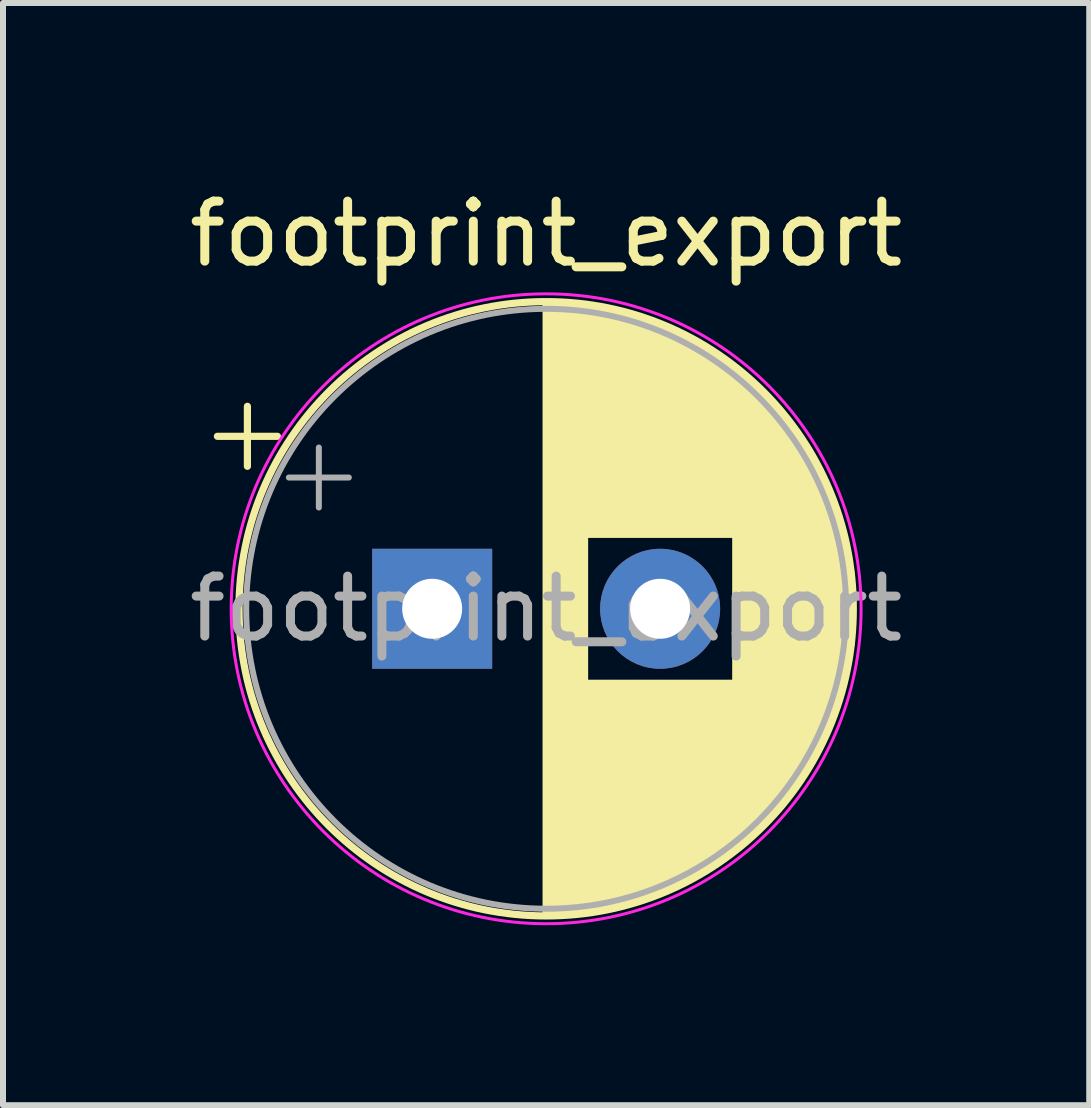
<source format=kicad_pcb>
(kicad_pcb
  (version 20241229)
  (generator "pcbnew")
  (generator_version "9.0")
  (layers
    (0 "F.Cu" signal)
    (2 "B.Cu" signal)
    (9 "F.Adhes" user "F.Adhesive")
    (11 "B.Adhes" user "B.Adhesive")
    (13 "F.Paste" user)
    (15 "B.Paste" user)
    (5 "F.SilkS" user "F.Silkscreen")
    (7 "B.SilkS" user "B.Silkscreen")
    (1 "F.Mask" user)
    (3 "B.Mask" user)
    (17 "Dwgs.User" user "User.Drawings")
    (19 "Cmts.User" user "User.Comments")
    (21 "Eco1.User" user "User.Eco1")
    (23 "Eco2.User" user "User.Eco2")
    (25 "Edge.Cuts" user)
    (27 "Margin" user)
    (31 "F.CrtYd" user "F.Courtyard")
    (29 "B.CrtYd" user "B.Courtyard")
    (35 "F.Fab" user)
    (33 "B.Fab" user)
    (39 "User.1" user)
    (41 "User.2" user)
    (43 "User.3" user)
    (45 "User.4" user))
  (footprint "footprint_export"
    (layer "F.Cu")
    (at 4.154 7.098)
    (property "Reference" "footprint_export" (at 1.9 -6.25 0) (layer "F.SilkS") (effects (font (size 1 1) (thickness 0.15))))
    (attr through_hole)
    (fp_line (start -3.58 -2.875) (end -2.58 -2.875) (stroke (width 0.12) (type solid)) (layer "F.SilkS"))
    (fp_line (start -3.08 -3.375) (end -3.08 -2.375) (stroke (width 0.12) (type solid)) (layer "F.SilkS"))
    (fp_line (start 1.9 -5.08) (end 1.9 5.08) (stroke (width 0.12) (type solid)) (layer "F.SilkS"))
    (fp_line (start 1.94 -5.08) (end 1.94 5.08) (stroke (width 0.12) (type solid)) (layer "F.SilkS"))
    (fp_line (start 1.98 -5.08) (end 1.98 5.08) (stroke (width 0.12) (type solid)) (layer "F.SilkS"))
    (fp_line (start 2.02 -5.079) (end 2.02 5.079) (stroke (width 0.12) (type solid)) (layer "F.SilkS"))
    (fp_line (start 2.06 -5.078) (end 2.06 5.078) (stroke (width 0.12) (type solid)) (layer "F.SilkS"))
    (fp_line (start 2.1 -5.077) (end 2.1 5.077) (stroke (width 0.12) (type solid)) (layer "F.SilkS"))
    (fp_line (start 2.14 -5.075) (end 2.14 5.075) (stroke (width 0.12) (type solid)) (layer "F.SilkS"))
    (fp_line (start 2.18 -5.073) (end 2.18 5.073) (stroke (width 0.12) (type solid)) (layer "F.SilkS"))
    (fp_line (start 2.22 -5.07) (end 2.22 5.07) (stroke (width 0.12) (type solid)) (layer "F.SilkS"))
    (fp_line (start 2.26 -5.068) (end 2.26 5.068) (stroke (width 0.12) (type solid)) (layer "F.SilkS"))
    (fp_line (start 2.3 -5.065) (end 2.3 5.065) (stroke (width 0.12) (type solid)) (layer "F.SilkS"))
    (fp_line (start 2.34 -5.062) (end 2.34 5.062) (stroke (width 0.12) (type solid)) (layer "F.SilkS"))
    (fp_line (start 2.38 -5.058) (end 2.38 5.058) (stroke (width 0.12) (type solid)) (layer "F.SilkS"))
    (fp_line (start 2.42 -5.054) (end 2.42 5.054) (stroke (width 0.12) (type solid)) (layer "F.SilkS"))
    (fp_line (start 2.46 -5.05) (end 2.46 5.05) (stroke (width 0.12) (type solid)) (layer "F.SilkS"))
    (fp_line (start 2.5 -5.045) (end 2.5 5.045) (stroke (width 0.12) (type solid)) (layer "F.SilkS"))
    (fp_line (start 2.54 -5.04) (end 2.54 5.04) (stroke (width 0.12) (type solid)) (layer "F.SilkS"))
    (fp_line (start 2.58 -5.035) (end 2.58 -1.241) (stroke (width 0.12) (type solid)) (layer "F.SilkS"))
    (fp_line (start 2.58 1.241) (end 2.58 5.035) (stroke (width 0.12) (type solid)) (layer "F.SilkS"))
    (fp_line (start 2.621 -5.03) (end 2.621 -1.241) (stroke (width 0.12) (type solid)) (layer "F.SilkS"))
    (fp_line (start 2.621 1.241) (end 2.621 5.03) (stroke (width 0.12) (type solid)) (layer "F.SilkS"))
    (fp_line (start 2.661 -5.024) (end 2.661 -1.241) (stroke (width 0.12) (type solid)) (layer "F.SilkS"))
    (fp_line (start 2.661 1.241) (end 2.661 5.024) (stroke (width 0.12) (type solid)) (layer "F.SilkS"))
    (fp_line (start 2.701 -5.018) (end 2.701 -1.241) (stroke (width 0.12) (type solid)) (layer "F.SilkS"))
    (fp_line (start 2.701 1.241) (end 2.701 5.018) (stroke (width 0.12) (type solid)) (layer "F.SilkS"))
    (fp_line (start 2.741 -5.011) (end 2.741 -1.241) (stroke (width 0.12) (type solid)) (layer "F.SilkS"))
    (fp_line (start 2.741 1.241) (end 2.741 5.011) (stroke (width 0.12) (type solid)) (layer "F.SilkS"))
    (fp_line (start 2.781 -5.004) (end 2.781 -1.241) (stroke (width 0.12) (type solid)) (layer "F.SilkS"))
    (fp_line (start 2.781 1.241) (end 2.781 5.004) (stroke (width 0.12) (type solid)) (layer "F.SilkS"))
    (fp_line (start 2.821 -4.997) (end 2.821 -1.241) (stroke (width 0.12) (type solid)) (layer "F.SilkS"))
    (fp_line (start 2.821 1.241) (end 2.821 4.997) (stroke (width 0.12) (type solid)) (layer "F.SilkS"))
    (fp_line (start 2.861 -4.99) (end 2.861 -1.241) (stroke (width 0.12) (type solid)) (layer "F.SilkS"))
    (fp_line (start 2.861 1.241) (end 2.861 4.99) (stroke (width 0.12) (type solid)) (layer "F.SilkS"))
    (fp_line (start 2.901 -4.982) (end 2.901 -1.241) (stroke (width 0.12) (type solid)) (layer "F.SilkS"))
    (fp_line (start 2.901 1.241) (end 2.901 4.982) (stroke (width 0.12) (type solid)) (layer "F.SilkS"))
    (fp_line (start 2.941 -4.974) (end 2.941 -1.241) (stroke (width 0.12) (type solid)) (layer "F.SilkS"))
    (fp_line (start 2.941 1.241) (end 2.941 4.974) (stroke (width 0.12) (type solid)) (layer "F.SilkS"))
    (fp_line (start 2.981 -4.965) (end 2.981 -1.241) (stroke (width 0.12) (type solid)) (layer "F.SilkS"))
    (fp_line (start 2.981 1.241) (end 2.981 4.965) (stroke (width 0.12) (type solid)) (layer "F.SilkS"))
    (fp_line (start 3.021 -4.956) (end 3.021 -1.241) (stroke (width 0.12) (type solid)) (layer "F.SilkS"))
    (fp_line (start 3.021 1.241) (end 3.021 4.956) (stroke (width 0.12) (type solid)) (layer "F.SilkS"))
    (fp_line (start 3.061 -4.947) (end 3.061 -1.241) (stroke (width 0.12) (type solid)) (layer "F.SilkS"))
    (fp_line (start 3.061 1.241) (end 3.061 4.947) (stroke (width 0.12) (type solid)) (layer "F.SilkS"))
    (fp_line (start 3.101 -4.938) (end 3.101 -1.241) (stroke (width 0.12) (type solid)) (layer "F.SilkS"))
    (fp_line (start 3.101 1.241) (end 3.101 4.938) (stroke (width 0.12) (type solid)) (layer "F.SilkS"))
    (fp_line (start 3.141 -4.928) (end 3.141 -1.241) (stroke (width 0.12) (type solid)) (layer "F.SilkS"))
    (fp_line (start 3.141 1.241) (end 3.141 4.928) (stroke (width 0.12) (type solid)) (layer "F.SilkS"))
    (fp_line (start 3.181 -4.918) (end 3.181 -1.241) (stroke (width 0.12) (type solid)) (layer "F.SilkS"))
    (fp_line (start 3.181 1.241) (end 3.181 4.918) (stroke (width 0.12) (type solid)) (layer "F.SilkS"))
    (fp_line (start 3.221 -4.907) (end 3.221 -1.241) (stroke (width 0.12) (type solid)) (layer "F.SilkS"))
    (fp_line (start 3.221 1.241) (end 3.221 4.907) (stroke (width 0.12) (type solid)) (layer "F.SilkS"))
    (fp_line (start 3.261 -4.897) (end 3.261 -1.241) (stroke (width 0.12) (type solid)) (layer "F.SilkS"))
    (fp_line (start 3.261 1.241) (end 3.261 4.897) (stroke (width 0.12) (type solid)) (layer "F.SilkS"))
    (fp_line (start 3.301 -4.885) (end 3.301 -1.241) (stroke (width 0.12) (type solid)) (layer "F.SilkS"))
    (fp_line (start 3.301 1.241) (end 3.301 4.885) (stroke (width 0.12) (type solid)) (layer "F.SilkS"))
    (fp_line (start 3.341 -4.874) (end 3.341 -1.241) (stroke (width 0.12) (type solid)) (layer "F.SilkS"))
    (fp_line (start 3.341 1.241) (end 3.341 4.874) (stroke (width 0.12) (type solid)) (layer "F.SilkS"))
    (fp_line (start 3.381 -4.862) (end 3.381 -1.241) (stroke (width 0.12) (type solid)) (layer "F.SilkS"))
    (fp_line (start 3.381 1.241) (end 3.381 4.862) (stroke (width 0.12) (type solid)) (layer "F.SilkS"))
    (fp_line (start 3.421 -4.85) (end 3.421 -1.241) (stroke (width 0.12) (type solid)) (layer "F.SilkS"))
    (fp_line (start 3.421 1.241) (end 3.421 4.85) (stroke (width 0.12) (type solid)) (layer "F.SilkS"))
    (fp_line (start 3.461 -4.837) (end 3.461 -1.241) (stroke (width 0.12) (type solid)) (layer "F.SilkS"))
    (fp_line (start 3.461 1.241) (end 3.461 4.837) (stroke (width 0.12) (type solid)) (layer "F.SilkS"))
    (fp_line (start 3.501 -4.824) (end 3.501 -1.241) (stroke (width 0.12) (type solid)) (layer "F.SilkS"))
    (fp_line (start 3.501 1.241) (end 3.501 4.824) (stroke (width 0.12) (type solid)) (layer "F.SilkS"))
    (fp_line (start 3.541 -4.811) (end 3.541 -1.241) (stroke (width 0.12) (type solid)) (layer "F.SilkS"))
    (fp_line (start 3.541 1.241) (end 3.541 4.811) (stroke (width 0.12) (type solid)) (layer "F.SilkS"))
    (fp_line (start 3.581 -4.797) (end 3.581 -1.241) (stroke (width 0.12) (type solid)) (layer "F.SilkS"))
    (fp_line (start 3.581 1.241) (end 3.581 4.797) (stroke (width 0.12) (type solid)) (layer "F.SilkS"))
    (fp_line (start 3.621 -4.783) (end 3.621 -1.241) (stroke (width 0.12) (type solid)) (layer "F.SilkS"))
    (fp_line (start 3.621 1.241) (end 3.621 4.783) (stroke (width 0.12) (type solid)) (layer "F.SilkS"))
    (fp_line (start 3.661 -4.768) (end 3.661 -1.241) (stroke (width 0.12) (type solid)) (layer "F.SilkS"))
    (fp_line (start 3.661 1.241) (end 3.661 4.768) (stroke (width 0.12) (type solid)) (layer "F.SilkS"))
    (fp_line (start 3.701 -4.754) (end 3.701 -1.241) (stroke (width 0.12) (type solid)) (layer "F.SilkS"))
    (fp_line (start 3.701 1.241) (end 3.701 4.754) (stroke (width 0.12) (type solid)) (layer "F.SilkS"))
    (fp_line (start 3.741 -4.738) (end 3.741 -1.241) (stroke (width 0.12) (type solid)) (layer "F.SilkS"))
    (fp_line (start 3.741 1.241) (end 3.741 4.738) (stroke (width 0.12) (type solid)) (layer "F.SilkS"))
    (fp_line (start 3.781 -4.723) (end 3.781 -1.241) (stroke (width 0.12) (type solid)) (layer "F.SilkS"))
    (fp_line (start 3.781 1.241) (end 3.781 4.723) (stroke (width 0.12) (type solid)) (layer "F.SilkS"))
    (fp_line (start 3.821 -4.707) (end 3.821 -1.241) (stroke (width 0.12) (type solid)) (layer "F.SilkS"))
    (fp_line (start 3.821 1.241) (end 3.821 4.707) (stroke (width 0.12) (type solid)) (layer "F.SilkS"))
    (fp_line (start 3.861 -4.69) (end 3.861 -1.241) (stroke (width 0.12) (type solid)) (layer "F.SilkS"))
    (fp_line (start 3.861 1.241) (end 3.861 4.69) (stroke (width 0.12) (type solid)) (layer "F.SilkS"))
    (fp_line (start 3.901 -4.674) (end 3.901 -1.241) (stroke (width 0.12) (type solid)) (layer "F.SilkS"))
    (fp_line (start 3.901 1.241) (end 3.901 4.674) (stroke (width 0.12) (type solid)) (layer "F.SilkS"))
    (fp_line (start 3.941 -4.657) (end 3.941 -1.241) (stroke (width 0.12) (type solid)) (layer "F.SilkS"))
    (fp_line (start 3.941 1.241) (end 3.941 4.657) (stroke (width 0.12) (type solid)) (layer "F.SilkS"))
    (fp_line (start 3.981 -4.639) (end 3.981 -1.241) (stroke (width 0.12) (type solid)) (layer "F.SilkS"))
    (fp_line (start 3.981 1.241) (end 3.981 4.639) (stroke (width 0.12) (type solid)) (layer "F.SilkS"))
    (fp_line (start 4.021 -4.621) (end 4.021 -1.241) (stroke (width 0.12) (type solid)) (layer "F.SilkS"))
    (fp_line (start 4.021 1.241) (end 4.021 4.621) (stroke (width 0.12) (type solid)) (layer "F.SilkS"))
    (fp_line (start 4.061 -4.603) (end 4.061 -1.241) (stroke (width 0.12) (type solid)) (layer "F.SilkS"))
    (fp_line (start 4.061 1.241) (end 4.061 4.603) (stroke (width 0.12) (type solid)) (layer "F.SilkS"))
    (fp_line (start 4.101 -4.584) (end 4.101 -1.241) (stroke (width 0.12) (type solid)) (layer "F.SilkS"))
    (fp_line (start 4.101 1.241) (end 4.101 4.584) (stroke (width 0.12) (type solid)) (layer "F.SilkS"))
    (fp_line (start 4.141 -4.564) (end 4.141 -1.241) (stroke (width 0.12) (type solid)) (layer "F.SilkS"))
    (fp_line (start 4.141 1.241) (end 4.141 4.564) (stroke (width 0.12) (type solid)) (layer "F.SilkS"))
    (fp_line (start 4.181 -4.545) (end 4.181 -1.241) (stroke (width 0.12) (type solid)) (layer "F.SilkS"))
    (fp_line (start 4.181 1.241) (end 4.181 4.545) (stroke (width 0.12) (type solid)) (layer "F.SilkS"))
    (fp_line (start 4.221 -4.525) (end 4.221 -1.241) (stroke (width 0.12) (type solid)) (layer "F.SilkS"))
    (fp_line (start 4.221 1.241) (end 4.221 4.525) (stroke (width 0.12) (type solid)) (layer "F.SilkS"))
    (fp_line (start 4.261 -4.504) (end 4.261 -1.241) (stroke (width 0.12) (type solid)) (layer "F.SilkS"))
    (fp_line (start 4.261 1.241) (end 4.261 4.504) (stroke (width 0.12) (type solid)) (layer "F.SilkS"))
    (fp_line (start 4.301 -4.483) (end 4.301 -1.241) (stroke (width 0.12) (type solid)) (layer "F.SilkS"))
    (fp_line (start 4.301 1.241) (end 4.301 4.483) (stroke (width 0.12) (type solid)) (layer "F.SilkS"))
    (fp_line (start 4.341 -4.462) (end 4.341 -1.241) (stroke (width 0.12) (type solid)) (layer "F.SilkS"))
    (fp_line (start 4.341 1.241) (end 4.341 4.462) (stroke (width 0.12) (type solid)) (layer "F.SilkS"))
    (fp_line (start 4.381 -4.44) (end 4.381 -1.241) (stroke (width 0.12) (type solid)) (layer "F.SilkS"))
    (fp_line (start 4.381 1.241) (end 4.381 4.44) (stroke (width 0.12) (type solid)) (layer "F.SilkS"))
    (fp_line (start 4.421 -4.417) (end 4.421 -1.241) (stroke (width 0.12) (type solid)) (layer "F.SilkS"))
    (fp_line (start 4.421 1.241) (end 4.421 4.417) (stroke (width 0.12) (type solid)) (layer "F.SilkS"))
    (fp_line (start 4.461 -4.395) (end 4.461 -1.241) (stroke (width 0.12) (type solid)) (layer "F.SilkS"))
    (fp_line (start 4.461 1.241) (end 4.461 4.395) (stroke (width 0.12) (type solid)) (layer "F.SilkS"))
    (fp_line (start 4.501 -4.371) (end 4.501 -1.241) (stroke (width 0.12) (type solid)) (layer "F.SilkS"))
    (fp_line (start 4.501 1.241) (end 4.501 4.371) (stroke (width 0.12) (type solid)) (layer "F.SilkS"))
    (fp_line (start 4.541 -4.347) (end 4.541 -1.241) (stroke (width 0.12) (type solid)) (layer "F.SilkS"))
    (fp_line (start 4.541 1.241) (end 4.541 4.347) (stroke (width 0.12) (type solid)) (layer "F.SilkS"))
    (fp_line (start 4.581 -4.323) (end 4.581 -1.241) (stroke (width 0.12) (type solid)) (layer "F.SilkS"))
    (fp_line (start 4.581 1.241) (end 4.581 4.323) (stroke (width 0.12) (type solid)) (layer "F.SilkS"))
    (fp_line (start 4.621 -4.298) (end 4.621 -1.241) (stroke (width 0.12) (type solid)) (layer "F.SilkS"))
    (fp_line (start 4.621 1.241) (end 4.621 4.298) (stroke (width 0.12) (type solid)) (layer "F.SilkS"))
    (fp_line (start 4.661 -4.273) (end 4.661 -1.241) (stroke (width 0.12) (type solid)) (layer "F.SilkS"))
    (fp_line (start 4.661 1.241) (end 4.661 4.273) (stroke (width 0.12) (type solid)) (layer "F.SilkS"))
    (fp_line (start 4.701 -4.247) (end 4.701 -1.241) (stroke (width 0.12) (type solid)) (layer "F.SilkS"))
    (fp_line (start 4.701 1.241) (end 4.701 4.247) (stroke (width 0.12) (type solid)) (layer "F.SilkS"))
    (fp_line (start 4.741 -4.221) (end 4.741 -1.241) (stroke (width 0.12) (type solid)) (layer "F.SilkS"))
    (fp_line (start 4.741 1.241) (end 4.741 4.221) (stroke (width 0.12) (type solid)) (layer "F.SilkS"))
    (fp_line (start 4.781 -4.194) (end 4.781 -1.241) (stroke (width 0.12) (type solid)) (layer "F.SilkS"))
    (fp_line (start 4.781 1.241) (end 4.781 4.194) (stroke (width 0.12) (type solid)) (layer "F.SilkS"))
    (fp_line (start 4.821 -4.166) (end 4.821 -1.241) (stroke (width 0.12) (type solid)) (layer "F.SilkS"))
    (fp_line (start 4.821 1.241) (end 4.821 4.166) (stroke (width 0.12) (type solid)) (layer "F.SilkS"))
    (fp_line (start 4.861 -4.138) (end 4.861 -1.241) (stroke (width 0.12) (type solid)) (layer "F.SilkS"))
    (fp_line (start 4.861 1.241) (end 4.861 4.138) (stroke (width 0.12) (type solid)) (layer "F.SilkS"))
    (fp_line (start 4.901 -4.11) (end 4.901 -1.241) (stroke (width 0.12) (type solid)) (layer "F.SilkS"))
    (fp_line (start 4.901 1.241) (end 4.901 4.11) (stroke (width 0.12) (type solid)) (layer "F.SilkS"))
    (fp_line (start 4.941 -4.08) (end 4.941 -1.241) (stroke (width 0.12) (type solid)) (layer "F.SilkS"))
    (fp_line (start 4.941 1.241) (end 4.941 4.08) (stroke (width 0.12) (type solid)) (layer "F.SilkS"))
    (fp_line (start 4.981 -4.05) (end 4.981 -1.241) (stroke (width 0.12) (type solid)) (layer "F.SilkS"))
    (fp_line (start 4.981 1.241) (end 4.981 4.05) (stroke (width 0.12) (type solid)) (layer "F.SilkS"))
    (fp_line (start 5.021 -4.02) (end 5.021 -1.241) (stroke (width 0.12) (type solid)) (layer "F.SilkS"))
    (fp_line (start 5.021 1.241) (end 5.021 4.02) (stroke (width 0.12) (type solid)) (layer "F.SilkS"))
    (fp_line (start 5.061 -3.989) (end 5.061 3.989) (stroke (width 0.12) (type solid)) (layer "F.SilkS"))
    (fp_line (start 5.101 -3.957) (end 5.101 3.957) (stroke (width 0.12) (type solid)) (layer "F.SilkS"))
    (fp_line (start 5.141 -3.925) (end 5.141 3.925) (stroke (width 0.12) (type solid)) (layer "F.SilkS"))
    (fp_line (start 5.181 -3.892) (end 5.181 3.892) (stroke (width 0.12) (type solid)) (layer "F.SilkS"))
    (fp_line (start 5.221 -3.858) (end 5.221 3.858) (stroke (width 0.12) (type solid)) (layer "F.SilkS"))
    (fp_line (start 5.261 -3.824) (end 5.261 3.824) (stroke (width 0.12) (type solid)) (layer "F.SilkS"))
    (fp_line (start 5.301 -3.789) (end 5.301 3.789) (stroke (width 0.12) (type solid)) (layer "F.SilkS"))
    (fp_line (start 5.341 -3.753) (end 5.341 3.753) (stroke (width 0.12) (type solid)) (layer "F.SilkS"))
    (fp_line (start 5.381 -3.716) (end 5.381 3.716) (stroke (width 0.12) (type solid)) (layer "F.SilkS"))
    (fp_line (start 5.421 -3.679) (end 5.421 3.679) (stroke (width 0.12) (type solid)) (layer "F.SilkS"))
    (fp_line (start 5.461 -3.64) (end 5.461 3.64) (stroke (width 0.12) (type solid)) (layer "F.SilkS"))
    (fp_line (start 5.501 -3.601) (end 5.501 3.601) (stroke (width 0.12) (type solid)) (layer "F.SilkS"))
    (fp_line (start 5.541 -3.561) (end 5.541 3.561) (stroke (width 0.12) (type solid)) (layer "F.SilkS"))
    (fp_line (start 5.581 -3.52) (end 5.581 3.52) (stroke (width 0.12) (type solid)) (layer "F.SilkS"))
    (fp_line (start 5.621 -3.478) (end 5.621 3.478) (stroke (width 0.12) (type solid)) (layer "F.SilkS"))
    (fp_line (start 5.661 -3.436) (end 5.661 3.436) (stroke (width 0.12) (type solid)) (layer "F.SilkS"))
    (fp_line (start 5.701 -3.392) (end 5.701 3.392) (stroke (width 0.12) (type solid)) (layer "F.SilkS"))
    (fp_line (start 5.741 -3.347) (end 5.741 3.347) (stroke (width 0.12) (type solid)) (layer "F.SilkS"))
    (fp_line (start 5.781 -3.301) (end 5.781 3.301) (stroke (width 0.12) (type solid)) (layer "F.SilkS"))
    (fp_line (start 5.821 -3.254) (end 5.821 3.254) (stroke (width 0.12) (type solid)) (layer "F.SilkS"))
    (fp_line (start 5.861 -3.206) (end 5.861 3.206) (stroke (width 0.12) (type solid)) (layer "F.SilkS"))
    (fp_line (start 5.901 -3.156) (end 5.901 3.156) (stroke (width 0.12) (type solid)) (layer "F.SilkS"))
    (fp_line (start 5.941 -3.106) (end 5.941 3.106) (stroke (width 0.12) (type solid)) (layer "F.SilkS"))
    (fp_line (start 5.981 -3.054) (end 5.981 3.054) (stroke (width 0.12) (type solid)) (layer "F.SilkS"))
    (fp_line (start 6.021 -3) (end 6.021 3) (stroke (width 0.12) (type solid)) (layer "F.SilkS"))
    (fp_line (start 6.061 -2.945) (end 6.061 2.945) (stroke (width 0.12) (type solid)) (layer "F.SilkS"))
    (fp_line (start 6.101 -2.889) (end 6.101 2.889) (stroke (width 0.12) (type solid)) (layer "F.SilkS"))
    (fp_line (start 6.141 -2.83) (end 6.141 2.83) (stroke (width 0.12) (type solid)) (layer "F.SilkS"))
    (fp_line (start 6.181 -2.77) (end 6.181 2.77) (stroke (width 0.12) (type solid)) (layer "F.SilkS"))
    (fp_line (start 6.221 -2.709) (end 6.221 2.709) (stroke (width 0.12) (type solid)) (layer "F.SilkS"))
    (fp_line (start 6.261 -2.645) (end 6.261 2.645) (stroke (width 0.12) (type solid)) (layer "F.SilkS"))
    (fp_line (start 6.301 -2.579) (end 6.301 2.579) (stroke (width 0.12) (type solid)) (layer "F.SilkS"))
    (fp_line (start 6.341 -2.51) (end 6.341 2.51) (stroke (width 0.12) (type solid)) (layer "F.SilkS"))
    (fp_line (start 6.381 -2.439) (end 6.381 2.439) (stroke (width 0.12) (type solid)) (layer "F.SilkS"))
    (fp_line (start 6.421 -2.365) (end 6.421 2.365) (stroke (width 0.12) (type solid)) (layer "F.SilkS"))
    (fp_line (start 6.461 -2.289) (end 6.461 2.289) (stroke (width 0.12) (type solid)) (layer "F.SilkS"))
    (fp_line (start 6.501 -2.209) (end 6.501 2.209) (stroke (width 0.12) (type solid)) (layer "F.SilkS"))
    (fp_line (start 6.541 -2.125) (end 6.541 2.125) (stroke (width 0.12) (type solid)) (layer "F.SilkS"))
    (fp_line (start 6.581 -2.037) (end 6.581 2.037) (stroke (width 0.12) (type solid)) (layer "F.SilkS"))
    (fp_line (start 6.621 -1.944) (end 6.621 1.944) (stroke (width 0.12) (type solid)) (layer "F.SilkS"))
    (fp_line (start 6.661 -1.846) (end 6.661 1.846) (stroke (width 0.12) (type solid)) (layer "F.SilkS"))
    (fp_line (start 6.701 -1.742) (end 6.701 1.742) (stroke (width 0.12) (type solid)) (layer "F.SilkS"))
    (fp_line (start 6.741 -1.63) (end 6.741 1.63) (stroke (width 0.12) (type solid)) (layer "F.SilkS"))
    (fp_line (start 6.781 -1.51) (end 6.781 1.51) (stroke (width 0.12) (type solid)) (layer "F.SilkS"))
    (fp_line (start 6.821 -1.378) (end 6.821 1.378) (stroke (width 0.12) (type solid)) (layer "F.SilkS"))
    (fp_line (start 6.861 -1.23) (end 6.861 1.23) (stroke (width 0.12) (type solid)) (layer "F.SilkS"))
    (fp_line (start 6.901 -1.062) (end 6.901 1.062) (stroke (width 0.12) (type solid)) (layer "F.SilkS"))
    (fp_line (start 6.941 -0.862) (end 6.941 0.862) (stroke (width 0.12) (type solid)) (layer "F.SilkS"))
    (fp_line (start 6.981 -0.599) (end 6.981 0.599) (stroke (width 0.12) (type solid)) (layer "F.SilkS"))
    (fp_circle (center 1.9 0) (end 7.02 0) (stroke (width 0.12) (type solid)) (fill no) (layer "F.SilkS"))
    (fp_circle (center 1.9 0) (end 7.15 0) (stroke (width 0.05) (type solid)) (fill no) (layer "F.CrtYd"))
    (fp_line (start -2.389 -2.188) (end -1.389 -2.188) (stroke (width 0.1) (type solid)) (layer "F.Fab"))
    (fp_line (start -1.889 -2.688) (end -1.889 -1.688) (stroke (width 0.1) (type solid)) (layer "F.Fab"))
    (fp_circle (center 1.9 0) (end 6.9 0) (stroke (width 0.1) (type solid)) (fill no) (layer "F.Fab"))
    (fp_text user "${REFERENCE}" (at 1.9 0 0) (layer "F.Fab") (effects (font (size 1 1) (thickness 0.15))))
    (pad "1" thru_hole rect (at 0 0) (size 2 2) (drill 1) (layers "*.Cu" "*.Mask"))
    (pad "2" thru_hole circle (at 3.8 0) (size 2 2) (drill 1) (layers "*.Cu" "*.Mask")))
  (gr_rect
    (start -3 -3)
    (end 15.107 15.373)
    (stroke (width 0.1) (type default))
    (fill no)
    (layer "Edge.Cuts")))
</source>
